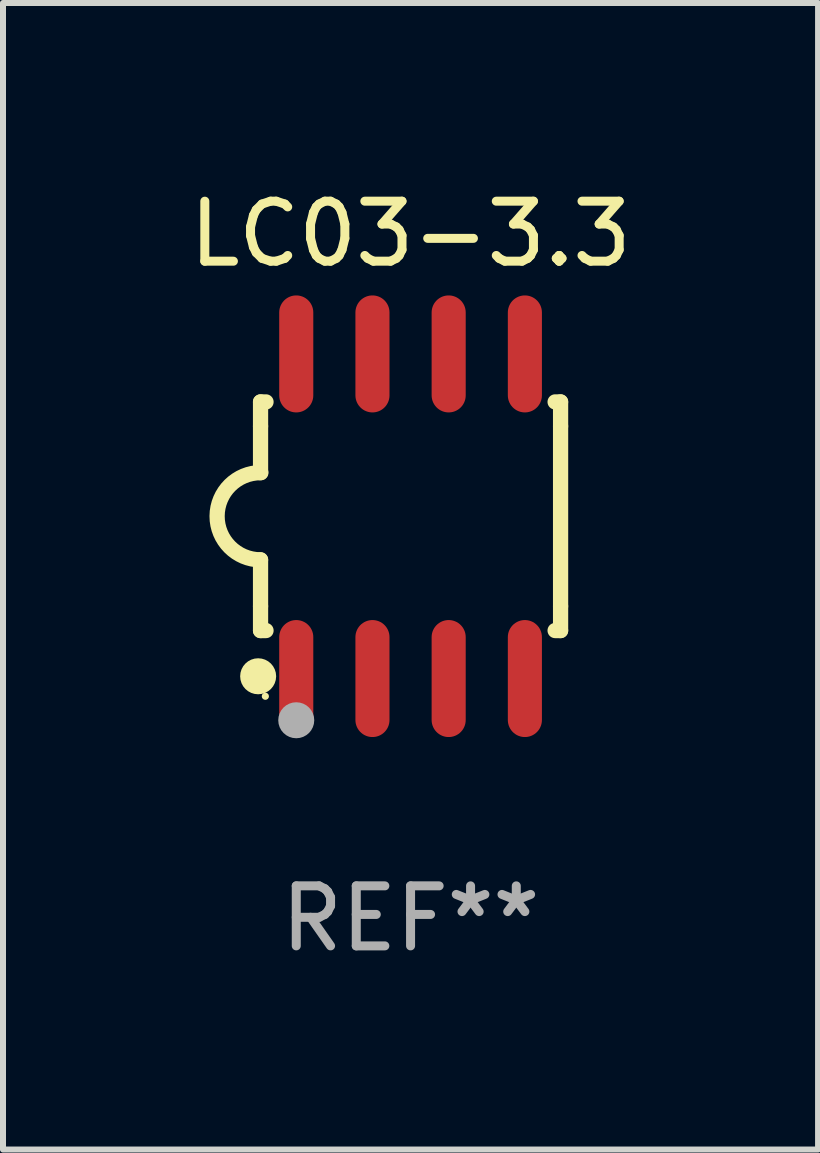
<source format=kicad_pcb>
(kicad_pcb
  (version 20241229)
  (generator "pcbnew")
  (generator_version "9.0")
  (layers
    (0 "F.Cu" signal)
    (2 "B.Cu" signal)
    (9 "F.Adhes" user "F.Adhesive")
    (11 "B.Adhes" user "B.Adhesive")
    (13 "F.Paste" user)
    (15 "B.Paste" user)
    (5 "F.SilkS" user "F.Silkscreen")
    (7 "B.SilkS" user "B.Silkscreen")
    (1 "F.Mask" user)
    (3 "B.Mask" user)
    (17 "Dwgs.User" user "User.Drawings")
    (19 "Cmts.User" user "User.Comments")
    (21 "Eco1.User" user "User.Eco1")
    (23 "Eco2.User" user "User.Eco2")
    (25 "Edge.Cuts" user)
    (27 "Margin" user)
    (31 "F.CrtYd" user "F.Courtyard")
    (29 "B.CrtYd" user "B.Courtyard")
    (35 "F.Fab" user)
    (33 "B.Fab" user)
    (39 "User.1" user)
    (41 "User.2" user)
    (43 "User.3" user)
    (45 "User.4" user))
  (footprint "LC03-3.3"
    (layer "F.Cu")
    (at 3.792 5.553)
    (property "Reference" "LC03-3.3" (at 0 -4.705 0) (layer "F.SilkS") (effects (font (size 1 1) (thickness 0.15))))
    (attr through_hole)
    (fp_line (start -2.5 -1.905) (end -2.409 -1.905) (stroke (width 0.254) (type solid)) (layer "F.SilkS"))
    (fp_line (start -2.5 -1.5) (end -2.5 -1.905) (stroke (width 0.254) (type solid)) (layer "F.SilkS"))
    (fp_line (start -2.5 -1.5) (end -2.5 -0.726) (stroke (width 0.254) (type solid)) (layer "F.SilkS"))
    (fp_line (start -2.5 1.5) (end -2.5 0.727) (stroke (width 0.254) (type solid)) (layer "F.SilkS"))
    (fp_line (start -2.5 1.5) (end -2.5 1.905) (stroke (width 0.254) (type solid)) (layer "F.SilkS"))
    (fp_line (start -2.5 1.905) (end -2.409 1.905) (stroke (width 0.254) (type solid)) (layer "F.SilkS"))
    (fp_line (start 2.5 -1.905) (end 2.409 -1.905) (stroke (width 0.254) (type solid)) (layer "F.SilkS"))
    (fp_line (start 2.5 -1.5) (end 2.5 -1.905) (stroke (width 0.254) (type solid)) (layer "F.SilkS"))
    (fp_line (start 2.5 -1.5) (end 2.5 1.5) (stroke (width 0.254) (type solid)) (layer "F.SilkS"))
    (fp_line (start 2.5 1.5) (end 2.5 1.905) (stroke (width 0.254) (type solid)) (layer "F.SilkS"))
    (fp_line (start 2.5 1.905) (end 2.409 1.905) (stroke (width 0.254) (type solid)) (layer "F.SilkS"))
    (fp_arc (start -2.5 0.726568) (mid -3.220316 -0.0023) (end -2.495097 -0.726289) (stroke (width 0.254001) (type solid)) (layer "F.SilkS"))
    (fp_circle (center -2.54 2.667) (end -2.39 2.667) (stroke (width 0.3) (type solid)) (fill no) (layer "F.SilkS"))
    (fp_circle (center -2.42 3) (end -2.39 3) (stroke (width 0.06) (type solid)) (fill no) (layer "F.SilkS"))
    (fp_circle (center -1.905 3.4) (end -1.755 3.4) (stroke (width 0.3) (type solid)) (fill no) (layer "F.Fab"))
    (fp_text user "REF**" (at 0 6.705 0) (layer "F.Fab") (effects (font (size 1 1) (thickness 0.15))))
    (pad "1" smd oval (at -1.905 2.705) (size 0.568 1.95) (layers "F.Cu" "F.Mask" "F.Paste"))
    (pad "2" smd oval (at -0.635 2.705) (size 0.568 1.95) (layers "F.Cu" "F.Mask" "F.Paste"))
    (pad "3" smd oval (at 0.635 2.705) (size 0.568 1.95) (layers "F.Cu" "F.Mask" "F.Paste"))
    (pad "4" smd oval (at 1.905 2.705) (size 0.568 1.95) (layers "F.Cu" "F.Mask" "F.Paste"))
    (pad "5" smd oval (at 1.905 -2.705) (size 0.568 1.95) (layers "F.Cu" "F.Mask" "F.Paste"))
    (pad "6" smd oval (at 0.635 -2.705) (size 0.568 1.95) (layers "F.Cu" "F.Mask" "F.Paste"))
    (pad "7" smd oval (at -0.635 -2.705) (size 0.568 1.95) (layers "F.Cu" "F.Mask" "F.Paste"))
    (pad "8" smd oval (at -1.905 -2.705) (size 0.568 1.95) (layers "F.Cu" "F.Mask" "F.Paste")))
  (gr_rect
    (start -3 -3)
    (end 10.583 16.107)
    (stroke (width 0.1) (type default))
    (fill no)
    (layer "Edge.Cuts")))
</source>
